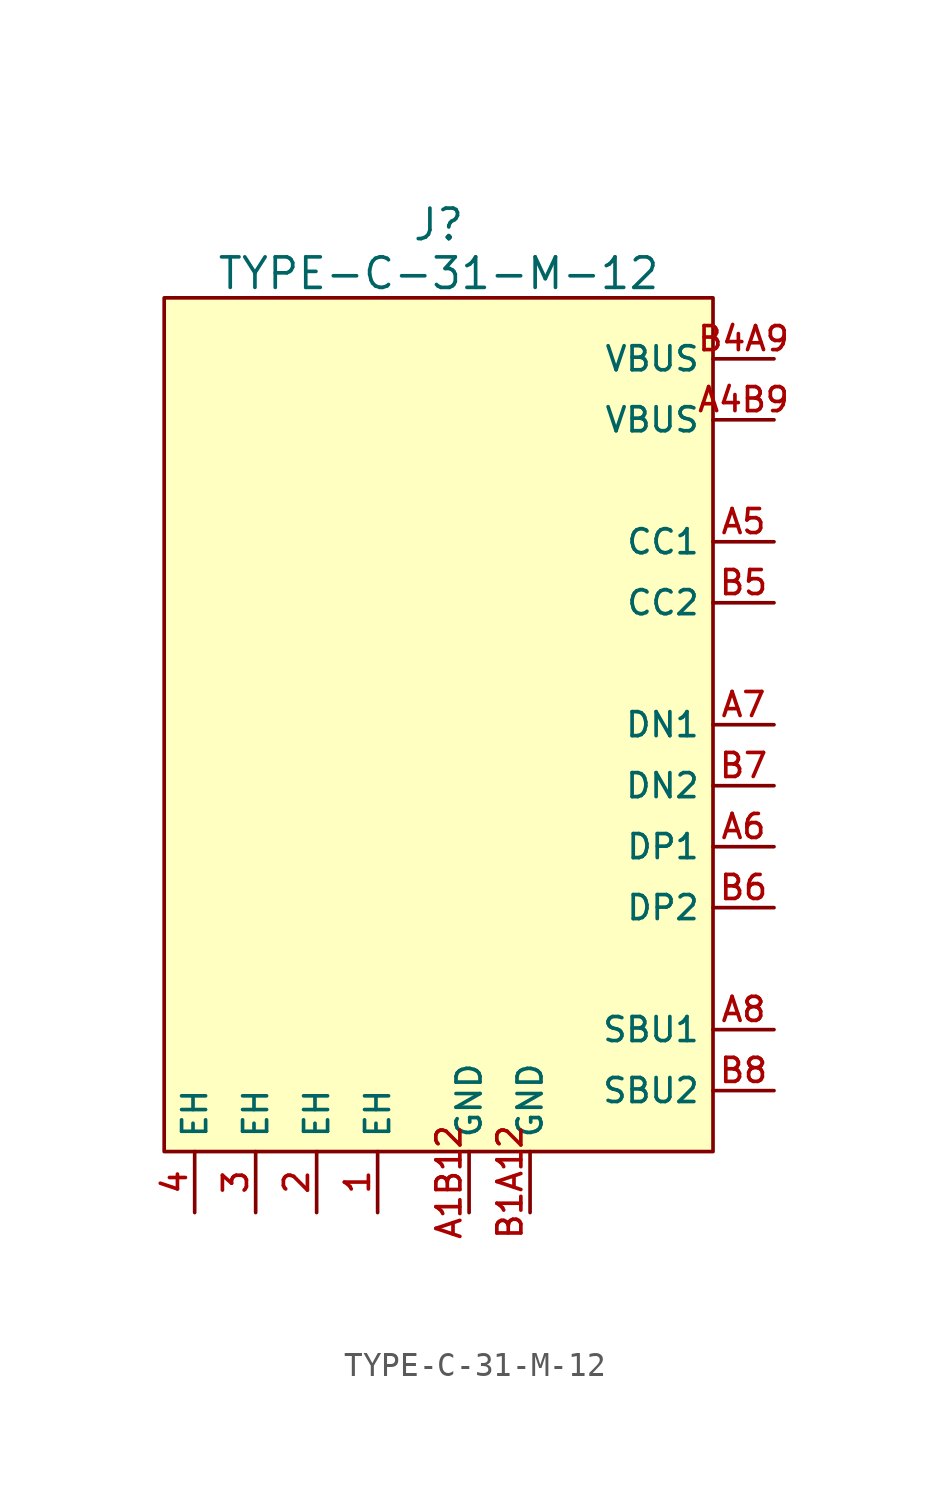
<source format=kicad_sym>
(kicad_symbol_lib
  (version 20241209)
  (generator "kicad_symbol_editor")
  (generator_version "9.0")
  (symbol "TYPE-C-31-M-12"
    (property "Reference" "J"
      (at 0 19.558 0)
      (effects (font (size 1.27 1.27))))
    (property "Value" "TYPE-C-31-M-12"
      (at 0 17.526 0)
      (effects (font (size 1.27 1.27))))
    (symbol "TYPE-C-31-M-12_0_1"
      (rectangle (start -11.43 16.51) (end 11.43 -19.05) (stroke (width 0) (type default)) (fill (type background)))
      (pin unspecified line (at -10.16 -21.59 90) (length 2.54) (name "EH" (effects (font (size 1 1)))) (number "4" (effects (font (size 1 1)))))
      (pin unspecified line (at -7.62 -21.59 90) (length 2.54) (name "EH" (effects (font (size 1 1)))) (number "3" (effects (font (size 1 1)))))
      (pin unspecified line (at -5.08 -21.59 90) (length 2.54) (name "EH" (effects (font (size 1 1)))) (number "2" (effects (font (size 1 1)))))
      (pin unspecified line (at -2.54 -21.59 90) (length 2.54) (name "EH" (effects (font (size 1 1)))) (number "1" (effects (font (size 1 1)))))
      (pin unspecified line (at 1.27 -21.59 90) (length 2.54) (name "GND" (effects (font (size 1 1)))) (number "A1B12" (effects (font (size 1 1)))))
      (pin unspecified line (at 3.81 -21.59 90) (length 2.54) (name "GND" (effects (font (size 1 1)))) (number "B1A12" (effects (font (size 1 1)))))
      (pin unspecified line (at 13.97 13.97 180) (length 2.54) (name "VBUS" (effects (font (size 1 1)))) (number "B4A9" (effects (font (size 1 1)))))
      (pin unspecified line (at 13.97 11.43 180) (length 2.54) (name "VBUS" (effects (font (size 1 1)))) (number "A4B9" (effects (font (size 1 1)))))
      (pin unspecified line (at 13.97 6.35 180) (length 2.54) (name "CC1" (effects (font (size 1 1)))) (number "A5" (effects (font (size 1 1)))))
      (pin unspecified line (at 13.97 3.81 180) (length 2.54) (name "CC2" (effects (font (size 1 1)))) (number "B5" (effects (font (size 1 1)))))
      (pin unspecified line (at 13.97 -1.27 180) (length 2.54) (name "DN1" (effects (font (size 1 1)))) (number "A7" (effects (font (size 1 1)))))
      (pin unspecified line (at 13.97 -3.81 180) (length 2.54) (name "DN2" (effects (font (size 1 1)))) (number "B7" (effects (font (size 1 1)))))
      (pin unspecified line (at 13.97 -6.35 180) (length 2.54) (name "DP1" (effects (font (size 1 1)))) (number "A6" (effects (font (size 1 1)))))
      (pin unspecified line (at 13.97 -8.89 180) (length 2.54) (name "DP2" (effects (font (size 1 1)))) (number "B6" (effects (font (size 1 1)))))
      (pin unspecified line (at 13.97 -13.97 180) (length 2.54) (name "SBU1" (effects (font (size 1 1)))) (number "A8" (effects (font (size 1 1)))))
      (pin unspecified line (at 13.97 -16.51 180) (length 2.54) (name "SBU2" (effects (font (size 1 1)))) (number "B8" (effects (font (size 1 1))))))))
</source>
